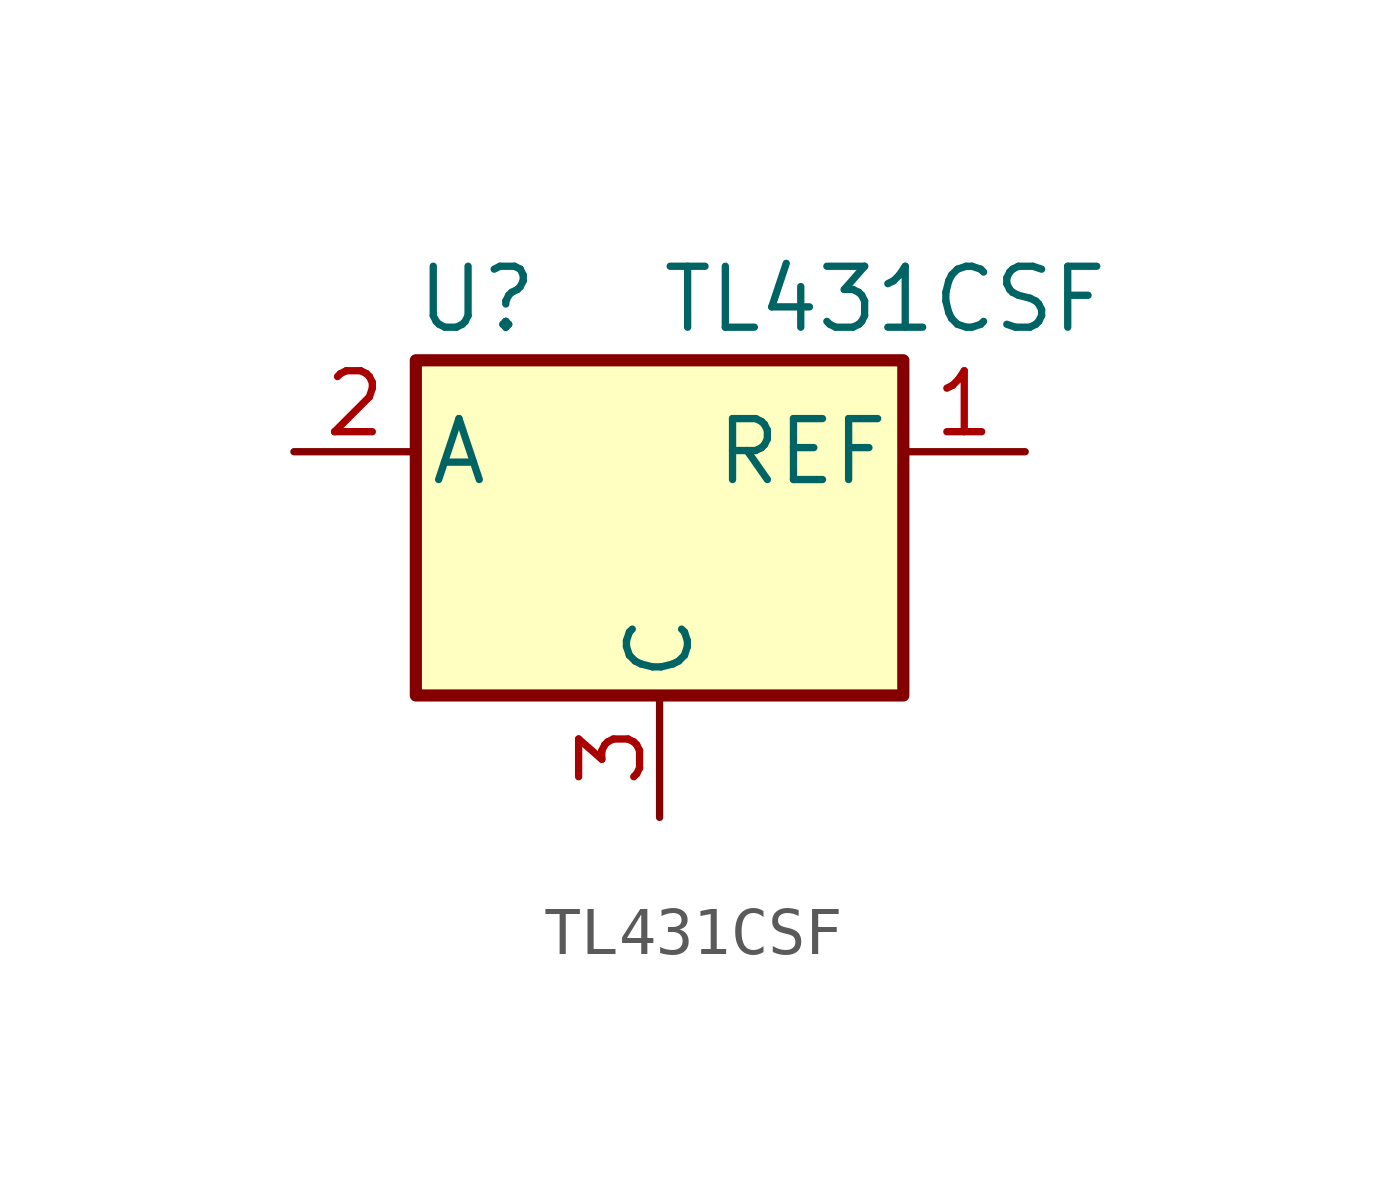
<source format=kicad_sym>
(kicad_symbol_lib
  (version 20220914)
  (generator kicad_symbol_editor)
  (symbol "TL431CSF"
    (pin_names
      (offset 0.254))
    (property "Reference" "U"
      (at -3.81 3.175 0)
      (effects (font (size 1.27 1.27))))
    (property "Value" "TL431CSF"
      (at 0 3.175 0)
      (effects (font (size 1.27 1.27)) (justify left)))
    (symbol "TL431CSF_0_1"
      (rectangle (start -5.08 -5.08) (end 5.08 1.905) (stroke (width 0.254) (type default)) (fill (type background))))
    (symbol "TL431CSF_1_1"
      (pin power_out line (at 7.62 0 180) (length 2.54) (name "REF" (effects (font (size 1.27 1.27)))) (number "1" (effects (font (size 1.27 1.27)))))
      (pin power_in line (at -7.62 0 0) (length 2.54) (name "A" (effects (font (size 1.27 1.27)))) (number "2" (effects (font (size 1.27 1.27)))))
      (pin power_in line (at 0 -7.62 90) (length 2.54) (name "C" (effects (font (size 1.27 1.27)))) (number "3" (effects (font (size 1.27 1.27))))))))
</source>
